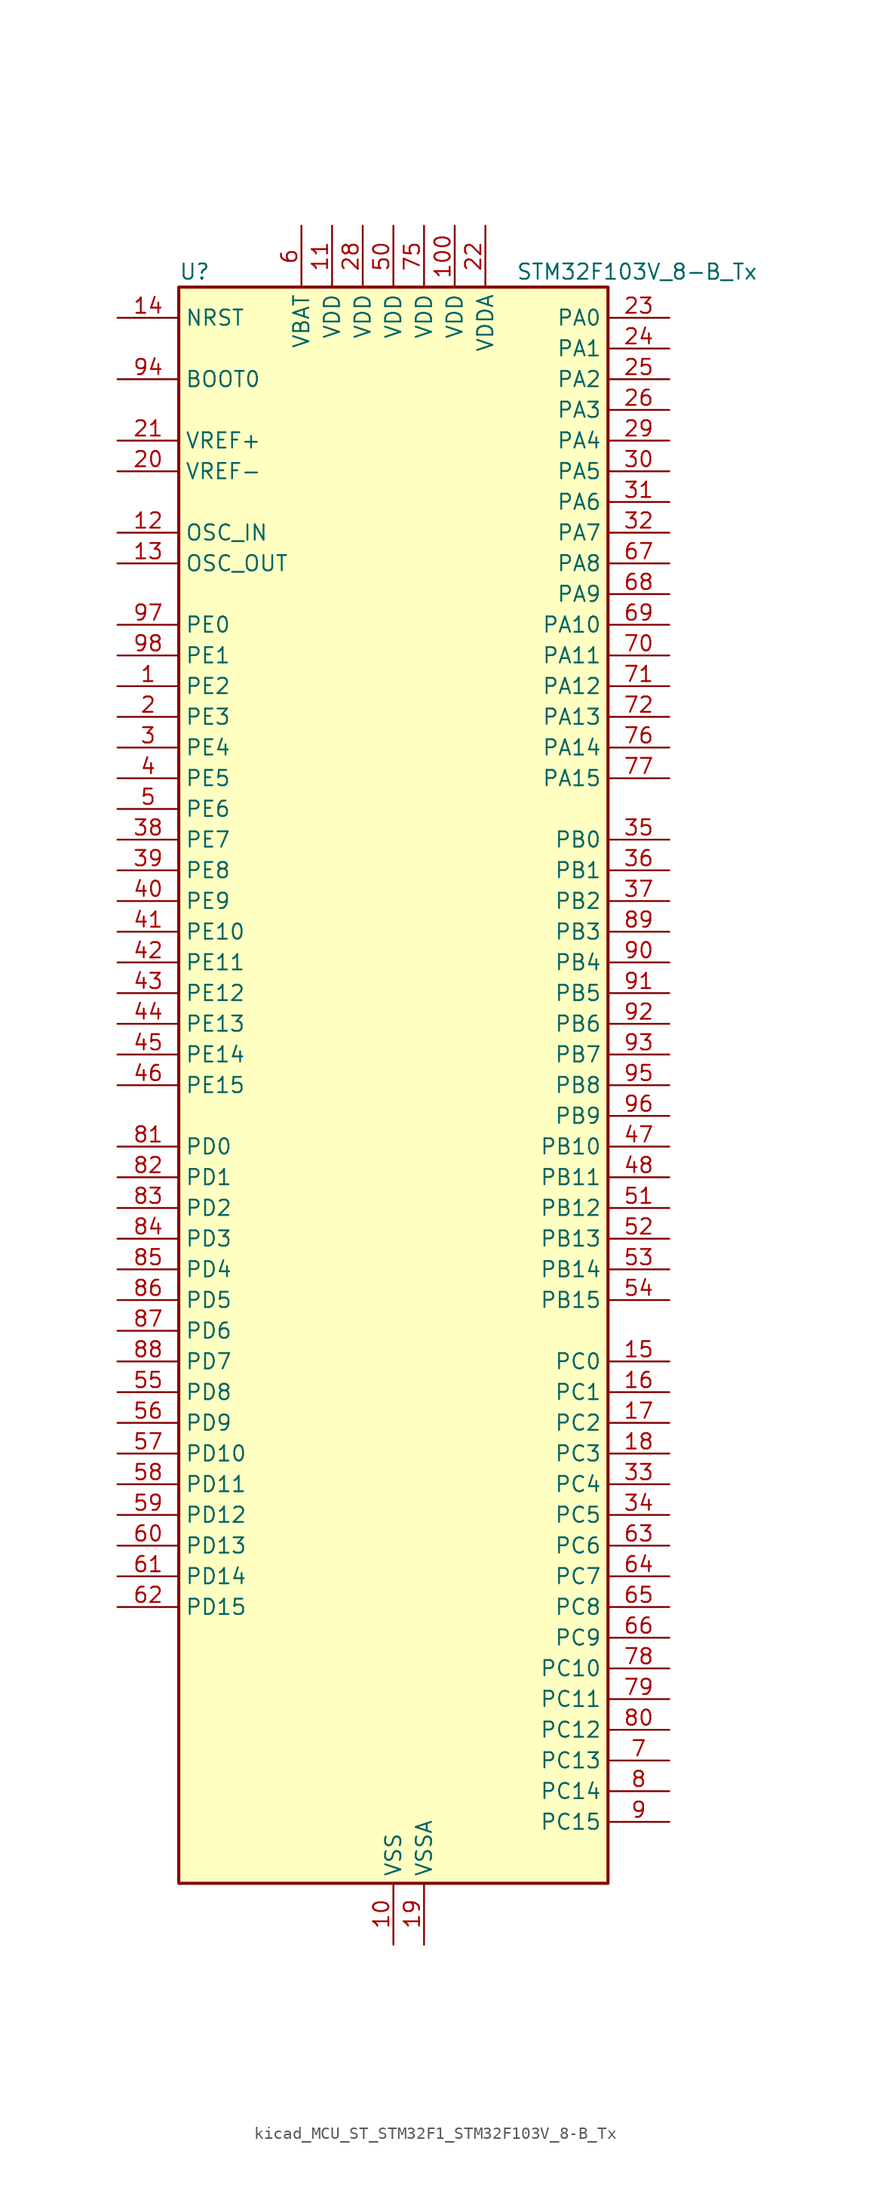
<source format=kicad_sym>
(kicad_symbol_lib
  (version 20220914)
  (generator kicad_symbol_editor)
  (symbol "kicad_MCU_ST_STM32F1_STM32F103V_8-B_Tx"
    (property "Reference" "U"
      (at -17.78 67.31 0)
      (effects (font (size 1.27 1.27)) (justify left)))
    (property "Value" "STM32F103V_8-B_Tx"
      (at 10.16 67.31 0)
      (effects (font (size 1.27 1.27)) (justify left)))
    (property "ki_locked" ""
      (at 0 0 0)
      (effects (font (size 1.27 1.27))))
    (symbol "kicad_MCU_ST_STM32F1_STM32F103V_8-B_Tx_0_1"
      (rectangle (start -17.78 -66.04) (end 17.78 66.04) (stroke (width 0.254) (type default)) (fill (type background))))
    (symbol "kicad_MCU_ST_STM32F1_STM32F103V_8-B_Tx_1_1"
      (pin bidirectional line (at -22.86 33.02 0) (length 5.08) (name "PE2" (effects (font (size 1.27 1.27)))) (number "1" (effects (font (size 1.27 1.27)))) (alternate "SYS_TRACECLK" bidirectional line))
      (pin power_in line (at 0 -71.12 90) (length 5.08) (name "VSS" (effects (font (size 1.27 1.27)))) (number "10" (effects (font (size 1.27 1.27)))))
      (pin power_in line (at 5.08 71.12 270) (length 5.08) (name "VDD" (effects (font (size 1.27 1.27)))) (number "100" (effects (font (size 1.27 1.27)))))
      (pin power_in line (at -5.08 71.12 270) (length 5.08) (name "VDD" (effects (font (size 1.27 1.27)))) (number "11" (effects (font (size 1.27 1.27)))))
      (pin input line (at -22.86 45.72 0) (length 5.08) (name "OSC_IN" (effects (font (size 1.27 1.27)))) (number "12" (effects (font (size 1.27 1.27)))) (alternate "RCC_OSC_IN" bidirectional line))
      (pin input line (at -22.86 43.18 0) (length 5.08) (name "OSC_OUT" (effects (font (size 1.27 1.27)))) (number "13" (effects (font (size 1.27 1.27)))) (alternate "RCC_OSC_OUT" bidirectional line))
      (pin input line (at -22.86 63.5 0) (length 5.08) (name "NRST" (effects (font (size 1.27 1.27)))) (number "14" (effects (font (size 1.27 1.27)))))
      (pin bidirectional line (at 22.86 -22.86 180) (length 5.08) (name "PC0" (effects (font (size 1.27 1.27)))) (number "15" (effects (font (size 1.27 1.27)))) (alternate "ADC1_IN10" bidirectional line) (alternate "ADC2_IN10" bidirectional line))
      (pin bidirectional line (at 22.86 -25.4 180) (length 5.08) (name "PC1" (effects (font (size 1.27 1.27)))) (number "16" (effects (font (size 1.27 1.27)))) (alternate "ADC1_IN11" bidirectional line) (alternate "ADC2_IN11" bidirectional line))
      (pin bidirectional line (at 22.86 -27.94 180) (length 5.08) (name "PC2" (effects (font (size 1.27 1.27)))) (number "17" (effects (font (size 1.27 1.27)))) (alternate "ADC1_IN12" bidirectional line) (alternate "ADC2_IN12" bidirectional line))
      (pin bidirectional line (at 22.86 -30.48 180) (length 5.08) (name "PC3" (effects (font (size 1.27 1.27)))) (number "18" (effects (font (size 1.27 1.27)))) (alternate "ADC1_IN13" bidirectional line) (alternate "ADC2_IN13" bidirectional line))
      (pin power_in line (at 2.54 -71.12 90) (length 5.08) (name "VSSA" (effects (font (size 1.27 1.27)))) (number "19" (effects (font (size 1.27 1.27)))))
      (pin bidirectional line (at -22.86 30.48 0) (length 5.08) (name "PE3" (effects (font (size 1.27 1.27)))) (number "2" (effects (font (size 1.27 1.27)))) (alternate "SYS_TRACED0" bidirectional line))
      (pin input line (at -22.86 50.8 0) (length 5.08) (name "VREF-" (effects (font (size 1.27 1.27)))) (number "20" (effects (font (size 1.27 1.27)))))
      (pin input line (at -22.86 53.34 0) (length 5.08) (name "VREF+" (effects (font (size 1.27 1.27)))) (number "21" (effects (font (size 1.27 1.27)))))
      (pin power_in line (at 7.62 71.12 270) (length 5.08) (name "VDDA" (effects (font (size 1.27 1.27)))) (number "22" (effects (font (size 1.27 1.27)))))
      (pin bidirectional line (at 22.86 63.5 180) (length 5.08) (name "PA0" (effects (font (size 1.27 1.27)))) (number "23" (effects (font (size 1.27 1.27)))) (alternate "ADC1_IN0" bidirectional line) (alternate "ADC2_IN0" bidirectional line) (alternate "SYS_WKUP" bidirectional line) (alternate "TIM2_CH1" bidirectional line) (alternate "TIM2_ETR" bidirectional line) (alternate "USART2_CTS" bidirectional line))
      (pin bidirectional line (at 22.86 60.96 180) (length 5.08) (name "PA1" (effects (font (size 1.27 1.27)))) (number "24" (effects (font (size 1.27 1.27)))) (alternate "ADC1_IN1" bidirectional line) (alternate "ADC2_IN1" bidirectional line) (alternate "TIM2_CH2" bidirectional line) (alternate "USART2_RTS" bidirectional line))
      (pin bidirectional line (at 22.86 58.42 180) (length 5.08) (name "PA2" (effects (font (size 1.27 1.27)))) (number "25" (effects (font (size 1.27 1.27)))) (alternate "ADC1_IN2" bidirectional line) (alternate "ADC2_IN2" bidirectional line) (alternate "TIM2_CH3" bidirectional line) (alternate "USART2_TX" bidirectional line))
      (pin bidirectional line (at 22.86 55.88 180) (length 5.08) (name "PA3" (effects (font (size 1.27 1.27)))) (number "26" (effects (font (size 1.27 1.27)))) (alternate "ADC1_IN3" bidirectional line) (alternate "ADC2_IN3" bidirectional line) (alternate "TIM2_CH4" bidirectional line) (alternate "USART2_RX" bidirectional line))
      (pin passive line (at 0 -71.12 90) (length 5.08) hide (name "VSS" (effects (font (size 1.27 1.27)))) (number "27" (effects (font (size 1.27 1.27)))))
      (pin power_in line (at -2.54 71.12 270) (length 5.08) (name "VDD" (effects (font (size 1.27 1.27)))) (number "28" (effects (font (size 1.27 1.27)))))
      (pin bidirectional line (at 22.86 53.34 180) (length 5.08) (name "PA4" (effects (font (size 1.27 1.27)))) (number "29" (effects (font (size 1.27 1.27)))) (alternate "ADC1_IN4" bidirectional line) (alternate "ADC2_IN4" bidirectional line) (alternate "SPI1_NSS" bidirectional line) (alternate "USART2_CK" bidirectional line))
      (pin bidirectional line (at -22.86 27.94 0) (length 5.08) (name "PE4" (effects (font (size 1.27 1.27)))) (number "3" (effects (font (size 1.27 1.27)))) (alternate "SYS_TRACED1" bidirectional line))
      (pin bidirectional line (at 22.86 50.8 180) (length 5.08) (name "PA5" (effects (font (size 1.27 1.27)))) (number "30" (effects (font (size 1.27 1.27)))) (alternate "ADC1_IN5" bidirectional line) (alternate "ADC2_IN5" bidirectional line) (alternate "SPI1_SCK" bidirectional line))
      (pin bidirectional line (at 22.86 48.26 180) (length 5.08) (name "PA6" (effects (font (size 1.27 1.27)))) (number "31" (effects (font (size 1.27 1.27)))) (alternate "ADC1_IN6" bidirectional line) (alternate "ADC2_IN6" bidirectional line) (alternate "SPI1_MISO" bidirectional line) (alternate "TIM1_BKIN" bidirectional line) (alternate "TIM3_CH1" bidirectional line))
      (pin bidirectional line (at 22.86 45.72 180) (length 5.08) (name "PA7" (effects (font (size 1.27 1.27)))) (number "32" (effects (font (size 1.27 1.27)))) (alternate "ADC1_IN7" bidirectional line) (alternate "ADC2_IN7" bidirectional line) (alternate "SPI1_MOSI" bidirectional line) (alternate "TIM1_CH1N" bidirectional line) (alternate "TIM3_CH2" bidirectional line))
      (pin bidirectional line (at 22.86 -33.02 180) (length 5.08) (name "PC4" (effects (font (size 1.27 1.27)))) (number "33" (effects (font (size 1.27 1.27)))) (alternate "ADC1_IN14" bidirectional line) (alternate "ADC2_IN14" bidirectional line))
      (pin bidirectional line (at 22.86 -35.56 180) (length 5.08) (name "PC5" (effects (font (size 1.27 1.27)))) (number "34" (effects (font (size 1.27 1.27)))) (alternate "ADC1_IN15" bidirectional line) (alternate "ADC2_IN15" bidirectional line))
      (pin bidirectional line (at 22.86 20.32 180) (length 5.08) (name "PB0" (effects (font (size 1.27 1.27)))) (number "35" (effects (font (size 1.27 1.27)))) (alternate "ADC1_IN8" bidirectional line) (alternate "ADC2_IN8" bidirectional line) (alternate "TIM1_CH2N" bidirectional line) (alternate "TIM3_CH3" bidirectional line))
      (pin bidirectional line (at 22.86 17.78 180) (length 5.08) (name "PB1" (effects (font (size 1.27 1.27)))) (number "36" (effects (font (size 1.27 1.27)))) (alternate "ADC1_IN9" bidirectional line) (alternate "ADC2_IN9" bidirectional line) (alternate "TIM1_CH3N" bidirectional line) (alternate "TIM3_CH4" bidirectional line))
      (pin bidirectional line (at 22.86 15.24 180) (length 5.08) (name "PB2" (effects (font (size 1.27 1.27)))) (number "37" (effects (font (size 1.27 1.27)))))
      (pin bidirectional line (at -22.86 20.32 0) (length 5.08) (name "PE7" (effects (font (size 1.27 1.27)))) (number "38" (effects (font (size 1.27 1.27)))) (alternate "TIM1_ETR" bidirectional line))
      (pin bidirectional line (at -22.86 17.78 0) (length 5.08) (name "PE8" (effects (font (size 1.27 1.27)))) (number "39" (effects (font (size 1.27 1.27)))) (alternate "TIM1_CH1N" bidirectional line))
      (pin bidirectional line (at -22.86 25.4 0) (length 5.08) (name "PE5" (effects (font (size 1.27 1.27)))) (number "4" (effects (font (size 1.27 1.27)))) (alternate "SYS_TRACED2" bidirectional line))
      (pin bidirectional line (at -22.86 15.24 0) (length 5.08) (name "PE9" (effects (font (size 1.27 1.27)))) (number "40" (effects (font (size 1.27 1.27)))) (alternate "TIM1_CH1" bidirectional line))
      (pin bidirectional line (at -22.86 12.7 0) (length 5.08) (name "PE10" (effects (font (size 1.27 1.27)))) (number "41" (effects (font (size 1.27 1.27)))) (alternate "TIM1_CH2N" bidirectional line))
      (pin bidirectional line (at -22.86 10.16 0) (length 5.08) (name "PE11" (effects (font (size 1.27 1.27)))) (number "42" (effects (font (size 1.27 1.27)))) (alternate "ADC1_EXTI11" bidirectional line) (alternate "ADC2_EXTI11" bidirectional line) (alternate "TIM1_CH2" bidirectional line))
      (pin bidirectional line (at -22.86 7.62 0) (length 5.08) (name "PE12" (effects (font (size 1.27 1.27)))) (number "43" (effects (font (size 1.27 1.27)))) (alternate "TIM1_CH3N" bidirectional line))
      (pin bidirectional line (at -22.86 5.08 0) (length 5.08) (name "PE13" (effects (font (size 1.27 1.27)))) (number "44" (effects (font (size 1.27 1.27)))) (alternate "TIM1_CH3" bidirectional line))
      (pin bidirectional line (at -22.86 2.54 0) (length 5.08) (name "PE14" (effects (font (size 1.27 1.27)))) (number "45" (effects (font (size 1.27 1.27)))) (alternate "TIM1_CH4" bidirectional line))
      (pin bidirectional line (at -22.86 0 0) (length 5.08) (name "PE15" (effects (font (size 1.27 1.27)))) (number "46" (effects (font (size 1.27 1.27)))) (alternate "ADC1_EXTI15" bidirectional line) (alternate "ADC2_EXTI15" bidirectional line) (alternate "TIM1_BKIN" bidirectional line))
      (pin bidirectional line (at 22.86 -5.08 180) (length 5.08) (name "PB10" (effects (font (size 1.27 1.27)))) (number "47" (effects (font (size 1.27 1.27)))) (alternate "I2C2_SCL" bidirectional line) (alternate "TIM2_CH3" bidirectional line) (alternate "USART3_TX" bidirectional line))
      (pin bidirectional line (at 22.86 -7.62 180) (length 5.08) (name "PB11" (effects (font (size 1.27 1.27)))) (number "48" (effects (font (size 1.27 1.27)))) (alternate "ADC1_EXTI11" bidirectional line) (alternate "ADC2_EXTI11" bidirectional line) (alternate "I2C2_SDA" bidirectional line) (alternate "TIM2_CH4" bidirectional line) (alternate "USART3_RX" bidirectional line))
      (pin passive line (at 0 -71.12 90) (length 5.08) hide (name "VSS" (effects (font (size 1.27 1.27)))) (number "49" (effects (font (size 1.27 1.27)))))
      (pin bidirectional line (at -22.86 22.86 0) (length 5.08) (name "PE6" (effects (font (size 1.27 1.27)))) (number "5" (effects (font (size 1.27 1.27)))) (alternate "SYS_TRACED3" bidirectional line))
      (pin power_in line (at 0 71.12 270) (length 5.08) (name "VDD" (effects (font (size 1.27 1.27)))) (number "50" (effects (font (size 1.27 1.27)))))
      (pin bidirectional line (at 22.86 -10.16 180) (length 5.08) (name "PB12" (effects (font (size 1.27 1.27)))) (number "51" (effects (font (size 1.27 1.27)))) (alternate "I2C2_SMBA" bidirectional line) (alternate "SPI2_NSS" bidirectional line) (alternate "TIM1_BKIN" bidirectional line) (alternate "USART3_CK" bidirectional line))
      (pin bidirectional line (at 22.86 -12.7 180) (length 5.08) (name "PB13" (effects (font (size 1.27 1.27)))) (number "52" (effects (font (size 1.27 1.27)))) (alternate "SPI2_SCK" bidirectional line) (alternate "TIM1_CH1N" bidirectional line) (alternate "USART3_CTS" bidirectional line))
      (pin bidirectional line (at 22.86 -15.24 180) (length 5.08) (name "PB14" (effects (font (size 1.27 1.27)))) (number "53" (effects (font (size 1.27 1.27)))) (alternate "SPI2_MISO" bidirectional line) (alternate "TIM1_CH2N" bidirectional line) (alternate "USART3_RTS" bidirectional line))
      (pin bidirectional line (at 22.86 -17.78 180) (length 5.08) (name "PB15" (effects (font (size 1.27 1.27)))) (number "54" (effects (font (size 1.27 1.27)))) (alternate "ADC1_EXTI15" bidirectional line) (alternate "ADC2_EXTI15" bidirectional line) (alternate "SPI2_MOSI" bidirectional line) (alternate "TIM1_CH3N" bidirectional line))
      (pin bidirectional line (at -22.86 -25.4 0) (length 5.08) (name "PD8" (effects (font (size 1.27 1.27)))) (number "55" (effects (font (size 1.27 1.27)))) (alternate "USART3_TX" bidirectional line))
      (pin bidirectional line (at -22.86 -27.94 0) (length 5.08) (name "PD9" (effects (font (size 1.27 1.27)))) (number "56" (effects (font (size 1.27 1.27)))) (alternate "USART3_RX" bidirectional line))
      (pin bidirectional line (at -22.86 -30.48 0) (length 5.08) (name "PD10" (effects (font (size 1.27 1.27)))) (number "57" (effects (font (size 1.27 1.27)))) (alternate "USART3_CK" bidirectional line))
      (pin bidirectional line (at -22.86 -33.02 0) (length 5.08) (name "PD11" (effects (font (size 1.27 1.27)))) (number "58" (effects (font (size 1.27 1.27)))) (alternate "ADC1_EXTI11" bidirectional line) (alternate "ADC2_EXTI11" bidirectional line) (alternate "USART3_CTS" bidirectional line))
      (pin bidirectional line (at -22.86 -35.56 0) (length 5.08) (name "PD12" (effects (font (size 1.27 1.27)))) (number "59" (effects (font (size 1.27 1.27)))) (alternate "TIM4_CH1" bidirectional line) (alternate "USART3_RTS" bidirectional line))
      (pin power_in line (at -7.62 71.12 270) (length 5.08) (name "VBAT" (effects (font (size 1.27 1.27)))) (number "6" (effects (font (size 1.27 1.27)))))
      (pin bidirectional line (at -22.86 -38.1 0) (length 5.08) (name "PD13" (effects (font (size 1.27 1.27)))) (number "60" (effects (font (size 1.27 1.27)))) (alternate "TIM4_CH2" bidirectional line))
      (pin bidirectional line (at -22.86 -40.64 0) (length 5.08) (name "PD14" (effects (font (size 1.27 1.27)))) (number "61" (effects (font (size 1.27 1.27)))) (alternate "TIM4_CH3" bidirectional line))
      (pin bidirectional line (at -22.86 -43.18 0) (length 5.08) (name "PD15" (effects (font (size 1.27 1.27)))) (number "62" (effects (font (size 1.27 1.27)))) (alternate "ADC1_EXTI15" bidirectional line) (alternate "ADC2_EXTI15" bidirectional line) (alternate "TIM4_CH4" bidirectional line))
      (pin bidirectional line (at 22.86 -38.1 180) (length 5.08) (name "PC6" (effects (font (size 1.27 1.27)))) (number "63" (effects (font (size 1.27 1.27)))) (alternate "TIM3_CH1" bidirectional line))
      (pin bidirectional line (at 22.86 -40.64 180) (length 5.08) (name "PC7" (effects (font (size 1.27 1.27)))) (number "64" (effects (font (size 1.27 1.27)))) (alternate "TIM3_CH2" bidirectional line))
      (pin bidirectional line (at 22.86 -43.18 180) (length 5.08) (name "PC8" (effects (font (size 1.27 1.27)))) (number "65" (effects (font (size 1.27 1.27)))) (alternate "TIM3_CH3" bidirectional line))
      (pin bidirectional line (at 22.86 -45.72 180) (length 5.08) (name "PC9" (effects (font (size 1.27 1.27)))) (number "66" (effects (font (size 1.27 1.27)))) (alternate "TIM3_CH4" bidirectional line))
      (pin bidirectional line (at 22.86 43.18 180) (length 5.08) (name "PA8" (effects (font (size 1.27 1.27)))) (number "67" (effects (font (size 1.27 1.27)))) (alternate "RCC_MCO" bidirectional line) (alternate "TIM1_CH1" bidirectional line) (alternate "USART1_CK" bidirectional line))
      (pin bidirectional line (at 22.86 40.64 180) (length 5.08) (name "PA9" (effects (font (size 1.27 1.27)))) (number "68" (effects (font (size 1.27 1.27)))) (alternate "TIM1_CH2" bidirectional line) (alternate "USART1_TX" bidirectional line))
      (pin bidirectional line (at 22.86 38.1 180) (length 5.08) (name "PA10" (effects (font (size 1.27 1.27)))) (number "69" (effects (font (size 1.27 1.27)))) (alternate "TIM1_CH3" bidirectional line) (alternate "USART1_RX" bidirectional line))
      (pin bidirectional line (at 22.86 -55.88 180) (length 5.08) (name "PC13" (effects (font (size 1.27 1.27)))) (number "7" (effects (font (size 1.27 1.27)))) (alternate "RTC_OUT" bidirectional line) (alternate "RTC_TAMPER" bidirectional line))
      (pin bidirectional line (at 22.86 35.56 180) (length 5.08) (name "PA11" (effects (font (size 1.27 1.27)))) (number "70" (effects (font (size 1.27 1.27)))) (alternate "ADC1_EXTI11" bidirectional line) (alternate "ADC2_EXTI11" bidirectional line) (alternate "CAN_RX" bidirectional line) (alternate "TIM1_CH4" bidirectional line) (alternate "USART1_CTS" bidirectional line) (alternate "USB_DM" bidirectional line))
      (pin bidirectional line (at 22.86 33.02 180) (length 5.08) (name "PA12" (effects (font (size 1.27 1.27)))) (number "71" (effects (font (size 1.27 1.27)))) (alternate "CAN_TX" bidirectional line) (alternate "TIM1_ETR" bidirectional line) (alternate "USART1_RTS" bidirectional line) (alternate "USB_DP" bidirectional line))
      (pin bidirectional line (at 22.86 30.48 180) (length 5.08) (name "PA13" (effects (font (size 1.27 1.27)))) (number "72" (effects (font (size 1.27 1.27)))) (alternate "SYS_JTMS-SWDIO" bidirectional line))
      (pin no_connect line (at -17.78 -66.04 0) (length 5.08) hide (name "NC" (effects (font (size 1.27 1.27)))) (number "73" (effects (font (size 1.27 1.27)))))
      (pin passive line (at 0 -71.12 90) (length 5.08) hide (name "VSS" (effects (font (size 1.27 1.27)))) (number "74" (effects (font (size 1.27 1.27)))))
      (pin power_in line (at 2.54 71.12 270) (length 5.08) (name "VDD" (effects (font (size 1.27 1.27)))) (number "75" (effects (font (size 1.27 1.27)))))
      (pin bidirectional line (at 22.86 27.94 180) (length 5.08) (name "PA14" (effects (font (size 1.27 1.27)))) (number "76" (effects (font (size 1.27 1.27)))) (alternate "SYS_JTCK-SWCLK" bidirectional line))
      (pin bidirectional line (at 22.86 25.4 180) (length 5.08) (name "PA15" (effects (font (size 1.27 1.27)))) (number "77" (effects (font (size 1.27 1.27)))) (alternate "ADC1_EXTI15" bidirectional line) (alternate "ADC2_EXTI15" bidirectional line) (alternate "SPI1_NSS" bidirectional line) (alternate "SYS_JTDI" bidirectional line) (alternate "TIM2_CH1" bidirectional line) (alternate "TIM2_ETR" bidirectional line))
      (pin bidirectional line (at 22.86 -48.26 180) (length 5.08) (name "PC10" (effects (font (size 1.27 1.27)))) (number "78" (effects (font (size 1.27 1.27)))) (alternate "USART3_TX" bidirectional line))
      (pin bidirectional line (at 22.86 -50.8 180) (length 5.08) (name "PC11" (effects (font (size 1.27 1.27)))) (number "79" (effects (font (size 1.27 1.27)))) (alternate "ADC1_EXTI11" bidirectional line) (alternate "ADC2_EXTI11" bidirectional line) (alternate "USART3_RX" bidirectional line))
      (pin bidirectional line (at 22.86 -58.42 180) (length 5.08) (name "PC14" (effects (font (size 1.27 1.27)))) (number "8" (effects (font (size 1.27 1.27)))) (alternate "RCC_OSC32_IN" bidirectional line))
      (pin bidirectional line (at 22.86 -53.34 180) (length 5.08) (name "PC12" (effects (font (size 1.27 1.27)))) (number "80" (effects (font (size 1.27 1.27)))) (alternate "USART3_CK" bidirectional line))
      (pin bidirectional line (at -22.86 -5.08 0) (length 5.08) (name "PD0" (effects (font (size 1.27 1.27)))) (number "81" (effects (font (size 1.27 1.27)))) (alternate "CAN_RX" bidirectional line))
      (pin bidirectional line (at -22.86 -7.62 0) (length 5.08) (name "PD1" (effects (font (size 1.27 1.27)))) (number "82" (effects (font (size 1.27 1.27)))) (alternate "CAN_TX" bidirectional line))
      (pin bidirectional line (at -22.86 -10.16 0) (length 5.08) (name "PD2" (effects (font (size 1.27 1.27)))) (number "83" (effects (font (size 1.27 1.27)))) (alternate "TIM3_ETR" bidirectional line))
      (pin bidirectional line (at -22.86 -12.7 0) (length 5.08) (name "PD3" (effects (font (size 1.27 1.27)))) (number "84" (effects (font (size 1.27 1.27)))) (alternate "USART2_CTS" bidirectional line))
      (pin bidirectional line (at -22.86 -15.24 0) (length 5.08) (name "PD4" (effects (font (size 1.27 1.27)))) (number "85" (effects (font (size 1.27 1.27)))) (alternate "USART2_RTS" bidirectional line))
      (pin bidirectional line (at -22.86 -17.78 0) (length 5.08) (name "PD5" (effects (font (size 1.27 1.27)))) (number "86" (effects (font (size 1.27 1.27)))) (alternate "USART2_TX" bidirectional line))
      (pin bidirectional line (at -22.86 -20.32 0) (length 5.08) (name "PD6" (effects (font (size 1.27 1.27)))) (number "87" (effects (font (size 1.27 1.27)))) (alternate "USART2_RX" bidirectional line))
      (pin bidirectional line (at -22.86 -22.86 0) (length 5.08) (name "PD7" (effects (font (size 1.27 1.27)))) (number "88" (effects (font (size 1.27 1.27)))) (alternate "USART2_CK" bidirectional line))
      (pin bidirectional line (at 22.86 12.7 180) (length 5.08) (name "PB3" (effects (font (size 1.27 1.27)))) (number "89" (effects (font (size 1.27 1.27)))) (alternate "SPI1_SCK" bidirectional line) (alternate "SYS_JTDO-TRACESWO" bidirectional line) (alternate "TIM2_CH2" bidirectional line))
      (pin bidirectional line (at 22.86 -60.96 180) (length 5.08) (name "PC15" (effects (font (size 1.27 1.27)))) (number "9" (effects (font (size 1.27 1.27)))) (alternate "ADC1_EXTI15" bidirectional line) (alternate "ADC2_EXTI15" bidirectional line) (alternate "RCC_OSC32_OUT" bidirectional line))
      (pin bidirectional line (at 22.86 10.16 180) (length 5.08) (name "PB4" (effects (font (size 1.27 1.27)))) (number "90" (effects (font (size 1.27 1.27)))) (alternate "SPI1_MISO" bidirectional line) (alternate "SYS_NJTRST" bidirectional line) (alternate "TIM3_CH1" bidirectional line))
      (pin bidirectional line (at 22.86 7.62 180) (length 5.08) (name "PB5" (effects (font (size 1.27 1.27)))) (number "91" (effects (font (size 1.27 1.27)))) (alternate "I2C1_SMBA" bidirectional line) (alternate "SPI1_MOSI" bidirectional line) (alternate "TIM3_CH2" bidirectional line))
      (pin bidirectional line (at 22.86 5.08 180) (length 5.08) (name "PB6" (effects (font (size 1.27 1.27)))) (number "92" (effects (font (size 1.27 1.27)))) (alternate "I2C1_SCL" bidirectional line) (alternate "TIM4_CH1" bidirectional line) (alternate "USART1_TX" bidirectional line))
      (pin bidirectional line (at 22.86 2.54 180) (length 5.08) (name "PB7" (effects (font (size 1.27 1.27)))) (number "93" (effects (font (size 1.27 1.27)))) (alternate "I2C1_SDA" bidirectional line) (alternate "TIM4_CH2" bidirectional line) (alternate "USART1_RX" bidirectional line))
      (pin input line (at -22.86 58.42 0) (length 5.08) (name "BOOT0" (effects (font (size 1.27 1.27)))) (number "94" (effects (font (size 1.27 1.27)))))
      (pin bidirectional line (at 22.86 0 180) (length 5.08) (name "PB8" (effects (font (size 1.27 1.27)))) (number "95" (effects (font (size 1.27 1.27)))) (alternate "CAN_RX" bidirectional line) (alternate "I2C1_SCL" bidirectional line) (alternate "TIM4_CH3" bidirectional line))
      (pin bidirectional line (at 22.86 -2.54 180) (length 5.08) (name "PB9" (effects (font (size 1.27 1.27)))) (number "96" (effects (font (size 1.27 1.27)))) (alternate "CAN_TX" bidirectional line) (alternate "I2C1_SDA" bidirectional line) (alternate "TIM4_CH4" bidirectional line))
      (pin bidirectional line (at -22.86 38.1 0) (length 5.08) (name "PE0" (effects (font (size 1.27 1.27)))) (number "97" (effects (font (size 1.27 1.27)))) (alternate "TIM4_ETR" bidirectional line))
      (pin bidirectional line (at -22.86 35.56 0) (length 5.08) (name "PE1" (effects (font (size 1.27 1.27)))) (number "98" (effects (font (size 1.27 1.27)))))
      (pin passive line (at 0 -71.12 90) (length 5.08) hide (name "VSS" (effects (font (size 1.27 1.27)))) (number "99" (effects (font (size 1.27 1.27))))))))
</source>
